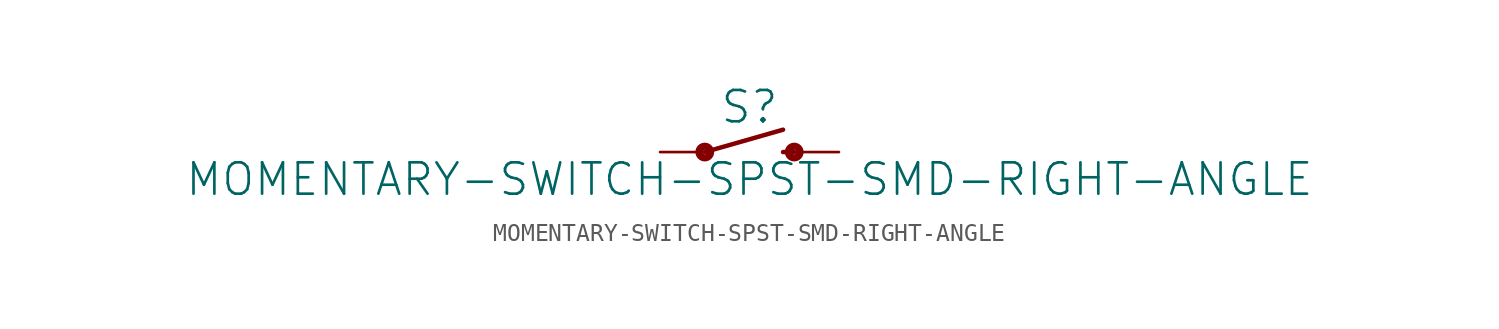
<source format=kicad_sym>
(kicad_symbol_lib
  (version 20220331)
  (generator kicad_symbol_editor)
  (symbol "MOMENTARY-SWITCH-SPST-SMD-RIGHT-ANGLE"
    (property "Reference" "S"
      (at 0 1.524 0)
      (effects (font (size 1.778 1.778)) (justify bottom)))
    (property "Value" "MOMENTARY-SWITCH-SPST-SMD-RIGHT-ANGLE"
      (at 0 -0.508 0)
      (effects (font (size 1.778 1.778)) (justify top)))
    (property "ki_locked" ""
      (at 0 0 0)
      (effects (font (size 1.27 1.27))))
    (symbol "MOMENTARY-SWITCH-SPST-SMD-RIGHT-ANGLE_1_0"
      (circle (center -2.54 0) (radius 0.127) (stroke (width 0.406) (type solid)) (fill (type none)))
      (polyline (pts (xy -2.54 0) (xy 1.905 1.27)) (stroke (width 0.254) (type solid)) (fill (type none)))
      (polyline (pts (xy 1.905 0) (xy 2.54 0)) (stroke (width 0.254) (type solid)) (fill (type none)))
      (circle (center 2.54 0) (radius 0.127) (stroke (width 0.406) (type solid)) (fill (type none)))
      (pin passive line (at -5.08 0 0) (length 2.54) (name "1" (effects (font (size 0 0)))) (number "1" (effects (font (size 0 0)))))
      (pin passive line (at 5.08 0 180) (length 2.54) (name "2" (effects (font (size 0 0)))) (number "2" (effects (font (size 0 0))))))))
</source>
